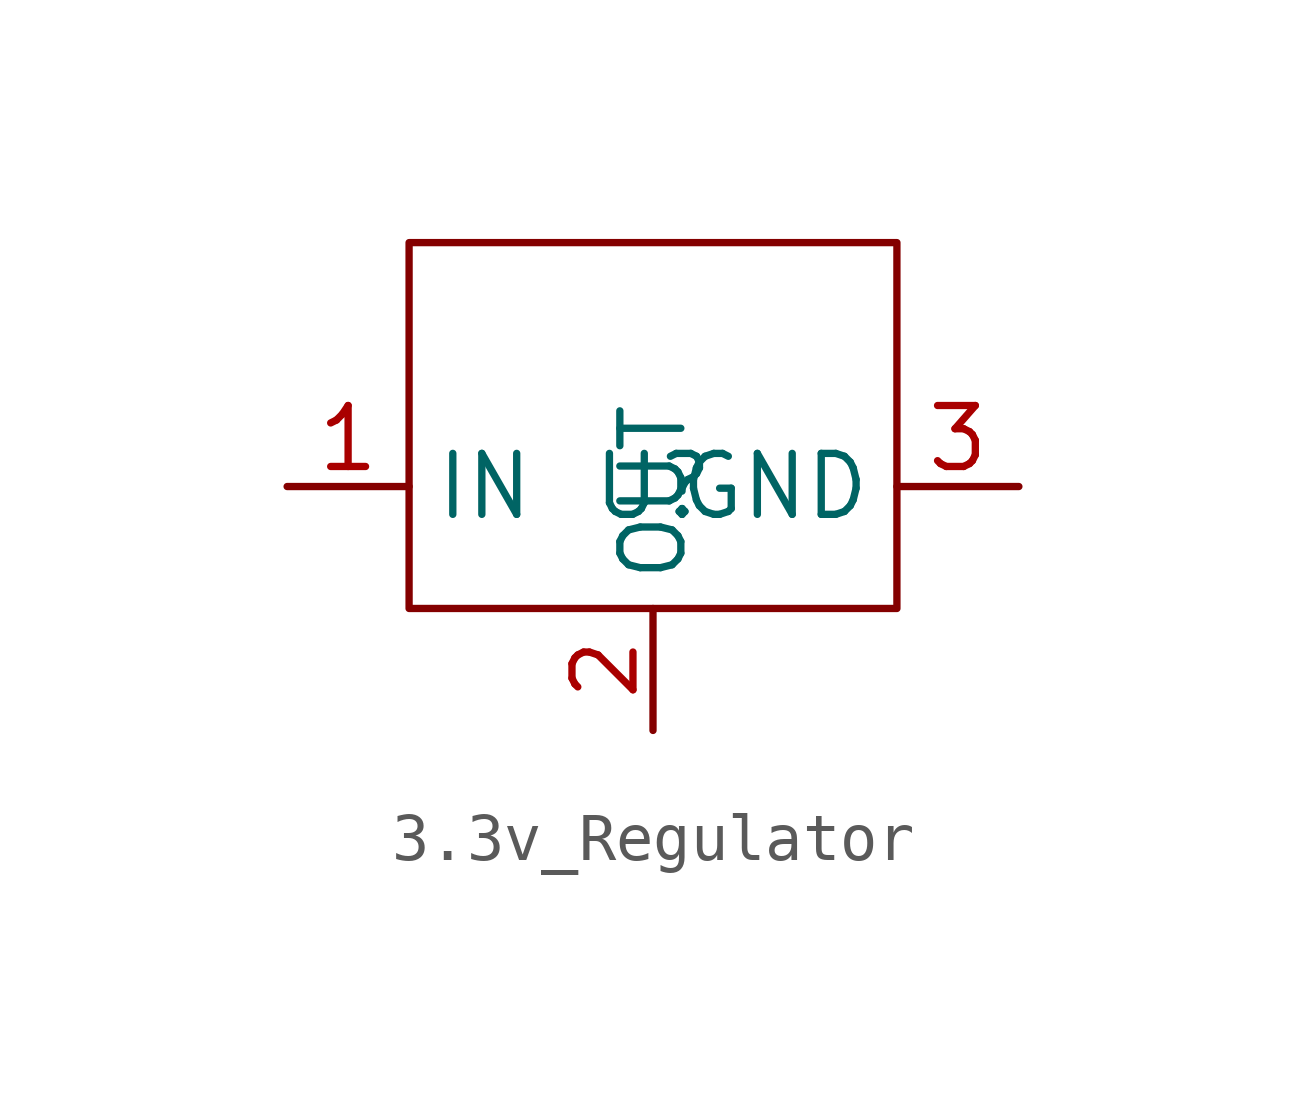
<source format=kicad_sym>
(kicad_symbol_lib
  (version 20231120)
  (generator "kicad_symbol_editor")
  (generator_version "8.0")
  (symbol "3.3v_Regulator"
    (property "Reference" "U"
      (at 0 0 0)
      (effects (font (size 1.27 1.27))))
    (property "Value" ""
      (at 0 0 0)
      (effects (font (size 1.27 1.27))))
    (symbol "3.3v_Regulator_0_1"
      (rectangle (start -5.08 5.08) (end 5.08 -2.54) (stroke (width 0) (type default)) (fill (type none))))
    (symbol "3.3v_Regulator_1_1"
      (pin input line (at -7.62 0 0) (length 2.54) (name "IN" (effects (font (size 1.27 1.27)))) (number "1" (effects (font (size 1.27 1.27)))))
      (pin output line (at 0 -5.08 90) (length 2.54) (name "OUT" (effects (font (size 1.27 1.27)))) (number "2" (effects (font (size 1.27 1.27)))))
      (pin passive line (at 7.62 0 180) (length 2.54) (name "GND" (effects (font (size 1.27 1.27)))) (number "3" (effects (font (size 1.27 1.27))))))))
</source>
